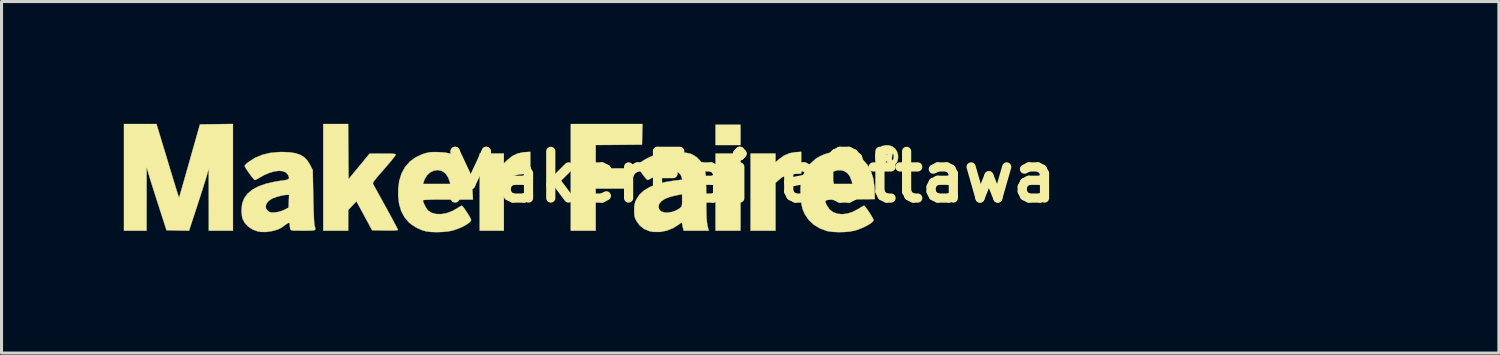
<source format=kicad_pcb>
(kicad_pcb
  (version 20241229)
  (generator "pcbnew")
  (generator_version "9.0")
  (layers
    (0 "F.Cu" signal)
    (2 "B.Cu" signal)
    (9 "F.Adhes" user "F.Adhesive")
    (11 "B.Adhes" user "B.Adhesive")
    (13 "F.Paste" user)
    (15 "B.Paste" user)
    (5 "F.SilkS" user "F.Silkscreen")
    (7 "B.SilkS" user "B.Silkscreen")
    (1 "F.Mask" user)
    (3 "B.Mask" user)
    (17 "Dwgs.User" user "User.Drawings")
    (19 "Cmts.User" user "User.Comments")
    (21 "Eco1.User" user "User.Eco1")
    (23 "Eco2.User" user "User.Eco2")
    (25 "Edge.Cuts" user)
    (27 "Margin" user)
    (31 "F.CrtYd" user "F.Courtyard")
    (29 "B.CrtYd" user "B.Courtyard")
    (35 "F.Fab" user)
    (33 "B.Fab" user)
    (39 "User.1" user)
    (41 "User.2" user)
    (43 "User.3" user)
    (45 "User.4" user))
  (footprint "MakerFaireOttawa"
    (layer "F.Cu")
    (at 21.417 2.723)
    (property "Reference" "MakerFaireOttawa" (at 0 0 0) (layer "F.SilkS") (effects (font (size 1.524 1.524) (thickness 0.3))))
    (attr through_hole)
    (fp_poly (pts (xy 21.438 2.743) (xy -21.412 2.743) (xy -21.412 -2.362) (xy -21.031 -2.362) (xy -21.031 2.388) (xy 21.057 2.388) (xy 21.057 -2.362) (xy -21.031 -2.362) (xy -21.412 -2.362) (xy -21.412 -2.718) (xy 21.438 -2.718) (xy 21.438 2.743)) (stroke (width 0.01) (type solid)) (fill yes) (layer "F.Mask"))
    (fp_poly (pts (xy 11.557 -0.559) (xy 12.141 -0.559) (xy 12.141 0.025) (xy 11.557 0.025) (xy 11.557 0.583) (xy 11.557 0.765) (xy 11.558 0.903) (xy 11.56 1.005) (xy 11.565 1.077) (xy 11.572 1.126) (xy 11.583 1.16) (xy 11.598 1.186) (xy 11.617 1.21) (xy 11.618 1.211) (xy 11.652 1.247) (xy 11.687 1.268) (xy 11.736 1.278) (xy 11.813 1.28) (xy 11.885 1.279) (xy 12.09 1.276) (xy 12.09 1.552) (xy 12.09 1.673) (xy 12.087 1.753) (xy 12.08 1.801) (xy 12.067 1.825) (xy 12.047 1.836) (xy 12.033 1.839) (xy 11.945 1.851) (xy 11.823 1.859) (xy 11.682 1.863) (xy 11.541 1.863) (xy 11.414 1.858) (xy 11.361 1.853) (xy 11.167 1.816) (xy 11.014 1.75) (xy 10.902 1.654) (xy 10.876 1.618) (xy 10.808 1.515) (xy 10.792 0.025) (xy 10.387 0.025) (xy 10.401 -0.546) (xy 10.598 -0.554) (xy 10.795 -0.561) (xy 10.795 -1.346) (xy 11.557 -1.346) (xy 11.557 -0.559)) (stroke (width 0.01) (type solid)) (fill yes) (layer "F.Mask"))
    (fp_poly (pts (xy 9.728 -0.56) (xy 10.027 -0.553) (xy 10.325 -0.546) (xy 10.332 -0.26) (xy 10.339 0.025) (xy 9.722 0.025) (xy 9.733 0.578) (xy 9.739 0.8) (xy 9.747 0.972) (xy 9.756 1.096) (xy 9.768 1.17) (xy 9.774 1.187) (xy 9.829 1.238) (xy 9.921 1.272) (xy 10.039 1.287) (xy 10.149 1.281) (xy 10.287 1.264) (xy 10.287 1.546) (xy 10.287 1.669) (xy 10.284 1.75) (xy 10.277 1.799) (xy 10.265 1.824) (xy 10.245 1.836) (xy 10.23 1.839) (xy 10.145 1.85) (xy 10.026 1.858) (xy 9.888 1.862) (xy 9.749 1.862) (xy 9.623 1.858) (xy 9.563 1.853) (xy 9.385 1.825) (xy 9.247 1.778) (xy 9.143 1.708) (xy 9.065 1.611) (xy 9.033 1.549) (xy 9.018 1.512) (xy 9.005 1.471) (xy 8.995 1.421) (xy 8.988 1.354) (xy 8.983 1.265) (xy 8.978 1.146) (xy 8.975 0.991) (xy 8.972 0.793) (xy 8.971 0.73) (xy 8.961 0.025) (xy 8.584 0.025) (xy 8.598 -0.546) (xy 8.965 -0.561) (xy 8.979 -1.333) (xy 9.354 -1.341) (xy 9.728 -1.348) (xy 9.728 -0.56)) (stroke (width 0.01) (type solid)) (fill yes) (layer "F.Mask"))
    (fp_poly (pts (xy 7.022 -1.494) (xy 7.196 -1.48) (xy 7.309 -1.46) (xy 7.562 -1.376) (xy 7.791 -1.248) (xy 7.991 -1.081) (xy 8.16 -0.876) (xy 8.296 -0.637) (xy 8.395 -0.367) (xy 8.398 -0.356) (xy 8.422 -0.232) (xy 8.438 -0.073) (xy 8.446 0.108) (xy 8.445 0.294) (xy 8.437 0.473) (xy 8.421 0.629) (xy 8.4 0.737) (xy 8.302 1.012) (xy 8.168 1.254) (xy 7.998 1.463) (xy 7.796 1.634) (xy 7.563 1.767) (xy 7.366 1.84) (xy 7.27 1.861) (xy 7.142 1.878) (xy 6.998 1.89) (xy 6.857 1.896) (xy 6.735 1.895) (xy 6.668 1.889) (xy 6.397 1.823) (xy 6.152 1.713) (xy 5.93 1.558) (xy 5.829 1.463) (xy 5.675 1.287) (xy 5.558 1.102) (xy 5.469 0.892) (xy 5.432 0.774) (xy 5.4 0.622) (xy 5.38 0.436) (xy 5.371 0.232) (xy 5.373 0.138) (xy 6.152 0.138) (xy 6.154 0.279) (xy 6.183 0.536) (xy 6.244 0.756) (xy 6.337 0.937) (xy 6.459 1.08) (xy 6.566 1.157) (xy 6.733 1.23) (xy 6.906 1.252) (xy 7.085 1.226) (xy 7.194 1.187) (xy 7.342 1.099) (xy 7.464 0.968) (xy 7.56 0.8) (xy 7.627 0.598) (xy 7.664 0.365) (xy 7.671 0.203) (xy 7.654 -0.053) (xy 7.606 -0.277) (xy 7.527 -0.467) (xy 7.419 -0.62) (xy 7.284 -0.734) (xy 7.123 -0.807) (xy 6.938 -0.837) (xy 6.907 -0.838) (xy 6.722 -0.816) (xy 6.56 -0.75) (xy 6.422 -0.643) (xy 6.311 -0.498) (xy 6.227 -0.318) (xy 6.174 -0.105) (xy 6.152 0.138) (xy 5.373 0.138) (xy 5.374 0.027) (xy 5.388 -0.164) (xy 5.415 -0.326) (xy 5.419 -0.343) (xy 5.508 -0.605) (xy 5.636 -0.842) (xy 5.8 -1.049) (xy 5.994 -1.222) (xy 6.215 -1.356) (xy 6.459 -1.448) (xy 6.505 -1.46) (xy 6.656 -1.484) (xy 6.835 -1.495) (xy 7.022 -1.494)) (stroke (width 0.01) (type solid)) (fill yes) (layer "F.Mask"))
    (fp_poly (pts (xy 15.144 -0.558) (xy 15.245 -0.557) (xy 15.312 -0.552) (xy 15.352 -0.544) (xy 15.374 -0.531) (xy 15.386 -0.512) (xy 15.39 -0.502) (xy 15.401 -0.462) (xy 15.422 -0.38) (xy 15.452 -0.263) (xy 15.487 -0.12) (xy 15.526 0.044) (xy 15.559 0.182) (xy 15.707 0.808) (xy 15.868 0.145) (xy 15.911 -0.032) (xy 15.951 -0.192) (xy 15.987 -0.33) (xy 16.016 -0.438) (xy 16.037 -0.51) (xy 16.049 -0.539) (xy 16.081 -0.547) (xy 16.153 -0.552) (xy 16.254 -0.555) (xy 16.359 -0.553) (xy 16.648 -0.546) (xy 16.814 0.12) (xy 16.858 0.295) (xy 16.899 0.454) (xy 16.934 0.588) (xy 16.963 0.693) (xy 16.983 0.761) (xy 16.992 0.786) (xy 16.993 0.786) (xy 17.002 0.762) (xy 17.022 0.696) (xy 17.05 0.593) (xy 17.085 0.459) (xy 17.126 0.302) (xy 17.17 0.127) (xy 17.172 0.12) (xy 17.339 -0.546) (xy 17.674 -0.553) (xy 17.82 -0.555) (xy 17.921 -0.553) (xy 17.984 -0.546) (xy 18.016 -0.535) (xy 18.021 -0.528) (xy 18.017 -0.498) (xy 17.999 -0.424) (xy 17.97 -0.311) (xy 17.93 -0.164) (xy 17.881 0.012) (xy 17.824 0.212) (xy 17.761 0.431) (xy 17.694 0.66) (xy 17.355 1.816) (xy 16.638 1.83) (xy 16.62 1.76) (xy 16.609 1.715) (xy 16.588 1.63) (xy 16.558 1.511) (xy 16.522 1.367) (xy 16.481 1.205) (xy 16.459 1.118) (xy 16.316 0.546) (xy 16.168 1.156) (xy 16.127 1.326) (xy 16.089 1.48) (xy 16.056 1.611) (xy 16.031 1.713) (xy 16.014 1.777) (xy 16.009 1.797) (xy 15.988 1.811) (xy 15.934 1.82) (xy 15.842 1.826) (xy 15.707 1.829) (xy 15.643 1.829) (xy 15.49 1.827) (xy 15.383 1.823) (xy 15.316 1.815) (xy 15.283 1.803) (xy 15.279 1.797) (xy 15.254 1.719) (xy 15.219 1.604) (xy 15.176 1.46) (xy 15.126 1.291) (xy 15.072 1.104) (xy 15.014 0.903) (xy 14.955 0.696) (xy 14.896 0.487) (xy 14.839 0.283) (xy 14.784 0.09) (xy 14.735 -0.088) (xy 14.692 -0.244) (xy 14.658 -0.372) (xy 14.633 -0.467) (xy 14.62 -0.522) (xy 14.618 -0.535) (xy 14.648 -0.543) (xy 14.719 -0.551) (xy 14.823 -0.556) (xy 14.951 -0.559) (xy 15.001 -0.559) (xy 15.144 -0.558)) (stroke (width 0.01) (type solid)) (fill yes) (layer "F.Mask"))
    (fp_poly (pts (xy 19.377 -0.58) (xy 19.516 -0.575) (xy 19.617 -0.567) (xy 19.693 -0.556) (xy 19.756 -0.538) (xy 19.819 -0.511) (xy 19.844 -0.5) (xy 19.993 -0.402) (xy 20.106 -0.271) (xy 20.186 -0.103) (xy 20.196 -0.073) (xy 20.212 -0.016) (xy 20.224 0.045) (xy 20.232 0.118) (xy 20.238 0.212) (xy 20.242 0.334) (xy 20.244 0.491) (xy 20.244 0.682) (xy 20.247 0.971) (xy 20.254 1.224) (xy 20.265 1.437) (xy 20.281 1.608) (xy 20.3 1.734) (xy 20.31 1.772) (xy 20.326 1.83) (xy 19.546 1.816) (xy 19.52 1.699) (xy 19.494 1.581) (xy 19.384 1.666) (xy 19.23 1.759) (xy 19.048 1.826) (xy 18.856 1.865) (xy 18.667 1.871) (xy 18.512 1.846) (xy 18.342 1.775) (xy 18.204 1.669) (xy 18.118 1.556) (xy 18.083 1.492) (xy 18.062 1.432) (xy 18.051 1.362) (xy 18.047 1.266) (xy 18.047 1.206) (xy 18.049 1.088) (xy 18.796 1.088) (xy 18.818 1.17) (xy 18.879 1.228) (xy 18.971 1.262) (xy 19.086 1.268) (xy 19.216 1.244) (xy 19.252 1.232) (xy 19.339 1.195) (xy 19.419 1.151) (xy 19.433 1.142) (xy 19.472 1.11) (xy 19.494 1.077) (xy 19.504 1.026) (xy 19.507 0.943) (xy 19.507 0.909) (xy 19.507 0.73) (xy 19.368 0.746) (xy 19.202 0.777) (xy 19.056 0.827) (xy 18.935 0.892) (xy 18.849 0.967) (xy 18.802 1.048) (xy 18.796 1.088) (xy 18.049 1.088) (xy 18.049 1.088) (xy 18.057 1.004) (xy 18.075 0.936) (xy 18.106 0.866) (xy 18.116 0.848) (xy 18.22 0.699) (xy 18.364 0.574) (xy 18.551 0.472) (xy 18.72 0.408) (xy 18.836 0.375) (xy 18.974 0.343) (xy 19.118 0.315) (xy 19.252 0.293) (xy 19.36 0.281) (xy 19.398 0.279) (xy 19.467 0.271) (xy 19.495 0.241) (xy 19.486 0.181) (xy 19.472 0.144) (xy 19.416 0.07) (xy 19.325 0.024) (xy 19.207 0.007) (xy 19.069 0.018) (xy 18.918 0.056) (xy 18.761 0.12) (xy 18.618 0.203) (xy 18.547 0.246) (xy 18.487 0.274) (xy 18.464 0.279) (xy 18.431 0.259) (xy 18.381 0.207) (xy 18.322 0.133) (xy 18.26 0.049) (xy 18.205 -0.034) (xy 18.164 -0.106) (xy 18.145 -0.155) (xy 18.145 -0.165) (xy 18.179 -0.209) (xy 18.248 -0.266) (xy 18.342 -0.33) (xy 18.449 -0.394) (xy 18.528 -0.434) (xy 18.704 -0.506) (xy 18.888 -0.553) (xy 19.093 -0.577) (xy 19.331 -0.581) (xy 19.377 -0.58)) (stroke (width 0.01) (type solid)) (fill yes) (layer "F.Mask"))
    (fp_poly (pts (xy 13.666 -0.571) (xy 13.779 -0.568) (xy 13.862 -0.562) (xy 13.925 -0.552) (xy 13.979 -0.536) (xy 14.034 -0.514) (xy 14.041 -0.511) (xy 14.152 -0.445) (xy 14.256 -0.357) (xy 14.276 -0.336) (xy 14.322 -0.28) (xy 14.36 -0.226) (xy 14.391 -0.168) (xy 14.415 -0.099) (xy 14.433 -0.014) (xy 14.448 0.094) (xy 14.458 0.228) (xy 14.467 0.397) (xy 14.474 0.605) (xy 14.48 0.851) (xy 14.485 1.053) (xy 14.491 1.242) (xy 14.497 1.411) (xy 14.503 1.553) (xy 14.509 1.662) (xy 14.515 1.73) (xy 14.517 1.746) (xy 14.535 1.829) (xy 13.769 1.829) (xy 13.753 1.734) (xy 13.737 1.643) (xy 13.721 1.597) (xy 13.7 1.589) (xy 13.666 1.613) (xy 13.645 1.632) (xy 13.505 1.734) (xy 13.333 1.811) (xy 13.143 1.858) (xy 12.948 1.874) (xy 12.761 1.854) (xy 12.724 1.845) (xy 12.564 1.778) (xy 12.43 1.675) (xy 12.331 1.542) (xy 12.308 1.493) (xy 12.284 1.401) (xy 12.271 1.278) (xy 12.27 1.144) (xy 12.274 1.095) (xy 13.009 1.095) (xy 13.031 1.163) (xy 13.07 1.211) (xy 13.112 1.247) (xy 13.154 1.265) (xy 13.214 1.269) (xy 13.294 1.264) (xy 13.395 1.25) (xy 13.49 1.226) (xy 13.539 1.207) (xy 13.627 1.158) (xy 13.68 1.111) (xy 13.706 1.052) (xy 13.715 0.965) (xy 13.716 0.907) (xy 13.716 0.73) (xy 13.592 0.747) (xy 13.391 0.786) (xy 13.233 0.845) (xy 13.114 0.927) (xy 13.101 0.939) (xy 13.032 1.023) (xy 13.009 1.095) (xy 12.274 1.095) (xy 12.281 1.017) (xy 12.298 0.934) (xy 12.352 0.824) (xy 12.442 0.711) (xy 12.557 0.604) (xy 12.688 0.517) (xy 12.698 0.511) (xy 12.835 0.451) (xy 13.005 0.394) (xy 13.194 0.344) (xy 13.385 0.307) (xy 13.524 0.29) (xy 13.622 0.28) (xy 13.679 0.269) (xy 13.707 0.253) (xy 13.716 0.228) (xy 13.716 0.216) (xy 13.693 0.135) (xy 13.633 0.065) (xy 13.549 0.018) (xy 13.519 0.01) (xy 13.395 0.006) (xy 13.247 0.031) (xy 13.087 0.081) (xy 12.929 0.152) (xy 12.798 0.232) (xy 12.738 0.265) (xy 12.69 0.279) (xy 12.69 0.279) (xy 12.657 0.26) (xy 12.605 0.208) (xy 12.544 0.134) (xy 12.482 0.051) (xy 12.427 -0.031) (xy 12.386 -0.1) (xy 12.37 -0.146) (xy 12.37 -0.148) (xy 12.393 -0.199) (xy 12.456 -0.261) (xy 12.551 -0.329) (xy 12.67 -0.397) (xy 12.805 -0.461) (xy 12.941 -0.512) (xy 13.018 -0.536) (xy 13.09 -0.552) (xy 13.171 -0.563) (xy 13.27 -0.569) (xy 13.402 -0.571) (xy 13.513 -0.572) (xy 13.666 -0.571)) (stroke (width 0.01) (type solid)) (fill yes) (layer "F.Mask"))
    (fp_poly (pts (xy -0.305 -1.041) (xy -1.118 -1.041) (xy -1.118 -1.702) (xy -0.305 -1.702) (xy -0.305 -1.041)) (stroke (width 0.01) (type solid)) (fill yes) (layer "F.SilkS"))
    (fp_poly (pts (xy -0.305 1.753) (xy -1.118 1.753) (xy -1.118 -0.762) (xy -0.305 -0.762) (xy -0.305 1.753)) (stroke (width 0.01) (type solid)) (fill yes) (layer "F.SilkS"))
    (fp_poly (pts (xy -3.518 -1.054) (xy -4.274 -1.047) (xy -5.029 -1.041) (xy -5.029 -0.279) (xy -3.962 -0.279) (xy -3.962 0.381) (xy -5.029 0.381) (xy -5.029 1.753) (xy -5.842 1.753) (xy -5.842 -1.727) (xy -3.504 -1.727) (xy -3.518 -1.054)) (stroke (width 0.01) (type solid)) (fill yes) (layer "F.SilkS"))
    (fp_poly (pts (xy 1.676 -0.108) (xy 1.454 -0.097) (xy 1.287 -0.079) (xy 1.154 -0.042) (xy 1.038 0.021) (xy 0.93 0.11) (xy 0.838 0.196) (xy 0.838 1.753) (xy 0.025 1.753) (xy 0.025 -0.762) (xy 0.838 -0.762) (xy 0.838 -0.477) (xy 0.939 -0.568) (xy 1.113 -0.695) (xy 1.302 -0.775) (xy 1.492 -0.807) (xy 1.676 -0.819) (xy 1.676 -0.108)) (stroke (width 0.01) (type solid)) (fill yes) (layer "F.SilkS"))
    (fp_poly (pts (xy -7.163 -0.108) (xy -7.385 -0.097) (xy -7.551 -0.079) (xy -7.684 -0.042) (xy -7.801 0.021) (xy -7.918 0.117) (xy -7.924 0.123) (xy -8.026 0.221) (xy -8.026 1.753) (xy -8.814 1.753) (xy -8.814 -0.762) (xy -8.026 -0.762) (xy -8.026 -0.441) (xy -7.905 -0.558) (xy -7.747 -0.684) (xy -7.579 -0.764) (xy -7.388 -0.804) (xy -7.347 -0.807) (xy -7.163 -0.819) (xy -7.163 -0.108)) (stroke (width 0.01) (type solid)) (fill yes) (layer "F.SilkS"))
    (fp_poly (pts (xy -13.094 0.072) (xy -12.751 -0.343) (xy -12.408 -0.759) (xy -11.982 -0.761) (xy -11.824 -0.761) (xy -11.71 -0.759) (xy -11.633 -0.755) (xy -11.586 -0.748) (xy -11.563 -0.738) (xy -11.557 -0.723) (xy -11.557 -0.723) (xy -11.573 -0.693) (xy -11.618 -0.632) (xy -11.688 -0.544) (xy -11.777 -0.437) (xy -11.881 -0.315) (xy -11.937 -0.25) (xy -12.06 -0.11) (xy -12.153 -0.002) (xy -12.219 0.079) (xy -12.263 0.137) (xy -12.287 0.178) (xy -12.296 0.207) (xy -12.293 0.229) (xy -12.289 0.238) (xy -12.27 0.273) (xy -12.23 0.346) (xy -12.171 0.453) (xy -12.097 0.586) (xy -12.012 0.741) (xy -11.919 0.911) (xy -11.87 0.998) (xy -11.775 1.172) (xy -11.688 1.331) (xy -11.613 1.471) (xy -11.552 1.586) (xy -11.508 1.671) (xy -11.484 1.72) (xy -11.481 1.729) (xy -11.505 1.738) (xy -11.577 1.745) (xy -11.69 1.748) (xy -11.842 1.748) (xy -11.902 1.747) (xy -12.324 1.74) (xy -12.58 1.268) (xy -12.837 0.795) (xy -12.971 0.937) (xy -13.105 1.079) (xy -13.106 1.753) (xy -13.919 1.753) (xy -13.919 -1.727) (xy -13.107 -1.727) (xy -13.094 0.072)) (stroke (width 0.01) (type solid)) (fill yes) (layer "F.SilkS"))
    (fp_poly (pts (xy -16.866 1.753) (xy -17.653 1.753) (xy -17.655 0.743) (xy -17.657 -0.267) (xy -17.717 -0.054) (xy -17.739 0.023) (xy -17.776 0.14) (xy -17.823 0.29) (xy -17.878 0.465) (xy -17.94 0.657) (xy -18.005 0.858) (xy -18.037 0.956) (xy -18.298 1.754) (xy -18.665 1.747) (xy -19.033 1.74) (xy -19.271 1.003) (xy -19.336 0.802) (xy -19.401 0.601) (xy -19.461 0.409) (xy -19.516 0.236) (xy -19.561 0.092) (xy -19.593 -0.015) (xy -19.596 -0.025) (xy -19.683 -0.318) (xy -19.685 1.753) (xy -20.422 1.753) (xy -20.422 -1.727) (xy -19.892 -1.727) (xy -19.362 -1.727) (xy -19.248 -1.353) (xy -19.212 -1.234) (xy -19.164 -1.076) (xy -19.107 -0.888) (xy -19.044 -0.681) (xy -18.978 -0.462) (xy -18.912 -0.242) (xy -18.883 -0.148) (xy -18.824 0.048) (xy -18.769 0.226) (xy -18.721 0.382) (xy -18.68 0.51) (xy -18.65 0.605) (xy -18.63 0.662) (xy -18.624 0.675) (xy -18.616 0.65) (xy -18.595 0.58) (xy -18.564 0.471) (xy -18.522 0.328) (xy -18.473 0.154) (xy -18.416 -0.044) (xy -18.354 -0.264) (xy -18.287 -0.499) (xy -18.28 -0.524) (xy -17.943 -1.714) (xy -17.405 -1.721) (xy -16.866 -1.728) (xy -16.866 1.753)) (stroke (width 0.01) (type solid)) (fill yes) (layer "F.SilkS"))
    (fp_poly (pts (xy 4.54 -1.029) (xy 4.657 -0.99) (xy 4.746 -0.916) (xy 4.807 -0.819) (xy 4.837 -0.709) (xy 4.836 -0.594) (xy 4.803 -0.485) (xy 4.734 -0.392) (xy 4.64 -0.329) (xy 4.527 -0.29) (xy 4.421 -0.287) (xy 4.326 -0.307) (xy 4.236 -0.357) (xy 4.158 -0.44) (xy 4.153 -0.451) (xy 4.373 -0.451) (xy 4.392 -0.439) (xy 4.407 -0.432) (xy 4.453 -0.414) (xy 4.47 -0.41) (xy 4.501 -0.419) (xy 4.534 -0.432) (xy 4.566 -0.449) (xy 4.552 -0.455) (xy 4.542 -0.455) (xy 4.494 -0.477) (xy 4.472 -0.502) (xy 4.452 -0.533) (xy 4.446 -0.519) (xy 4.446 -0.502) (xy 4.424 -0.463) (xy 4.401 -0.455) (xy 4.373 -0.451) (xy 4.153 -0.451) (xy 4.108 -0.542) (xy 4.1 -0.572) (xy 4.097 -0.66) (xy 4.249 -0.66) (xy 4.251 -0.605) (xy 4.256 -0.59) (xy 4.26 -0.603) (xy 4.26 -0.61) (xy 4.635 -0.61) (xy 4.637 -0.56) (xy 4.64 -0.551) (xy 4.661 -0.545) (xy 4.682 -0.575) (xy 4.696 -0.628) (xy 4.698 -0.66) (xy 4.691 -0.731) (xy 4.675 -0.76) (xy 4.656 -0.744) (xy 4.641 -0.683) (xy 4.635 -0.61) (xy 4.26 -0.61) (xy 4.264 -0.677) (xy 4.26 -0.718) (xy 4.254 -0.728) (xy 4.453 -0.728) (xy 4.457 -0.713) (xy 4.47 -0.711) (xy 4.491 -0.72) (xy 4.487 -0.728) (xy 4.457 -0.731) (xy 4.453 -0.728) (xy 4.254 -0.728) (xy 4.253 -0.73) (xy 4.249 -0.698) (xy 4.249 -0.66) (xy 4.097 -0.66) (xy 4.095 -0.717) (xy 4.133 -0.841) (xy 4.208 -0.94) (xy 4.314 -1.006) (xy 4.445 -1.034) (xy 4.54 -1.029)) (stroke (width 0.01) (type solid)) (fill yes) (layer "F.SilkS"))
    (fp_poly (pts (xy 2.981 -0.807) (xy 3.179 -0.792) (xy 3.34 -0.761) (xy 3.476 -0.71) (xy 3.599 -0.635) (xy 3.696 -0.554) (xy 3.842 -0.388) (xy 3.952 -0.187) (xy 4.026 0.048) (xy 4.066 0.32) (xy 4.074 0.483) (xy 4.077 0.724) (xy 3.27 0.731) (xy 3.04 0.732) (xy 2.855 0.734) (xy 2.713 0.737) (xy 2.607 0.743) (xy 2.534 0.752) (xy 2.489 0.766) (xy 2.467 0.785) (xy 2.464 0.813) (xy 2.475 0.848) (xy 2.496 0.893) (xy 2.512 0.927) (xy 2.596 1.054) (xy 2.711 1.146) (xy 2.851 1.2) (xy 3.01 1.217) (xy 3.183 1.197) (xy 3.365 1.138) (xy 3.549 1.041) (xy 3.57 1.027) (xy 3.643 0.981) (xy 3.702 0.949) (xy 3.728 0.94) (xy 3.753 0.96) (xy 3.796 1.013) (xy 3.851 1.088) (xy 3.909 1.175) (xy 3.963 1.262) (xy 4.008 1.338) (xy 4.034 1.392) (xy 4.039 1.409) (xy 4.016 1.453) (xy 3.954 1.508) (xy 3.86 1.568) (xy 3.746 1.628) (xy 3.618 1.685) (xy 3.486 1.732) (xy 3.41 1.754) (xy 3.261 1.782) (xy 3.084 1.798) (xy 2.899 1.802) (xy 2.721 1.794) (xy 2.567 1.775) (xy 2.515 1.763) (xy 2.281 1.677) (xy 2.081 1.555) (xy 1.917 1.398) (xy 1.791 1.209) (xy 1.727 1.061) (xy 1.696 0.938) (xy 1.672 0.78) (xy 1.658 0.605) (xy 1.653 0.429) (xy 1.659 0.268) (xy 1.664 0.229) (xy 2.46 0.229) (xy 3.349 0.229) (xy 3.323 0.133) (xy 3.266 -0.016) (xy 3.187 -0.122) (xy 3.081 -0.19) (xy 3.002 -0.215) (xy 2.864 -0.221) (xy 2.737 -0.181) (xy 2.627 -0.096) (xy 2.537 0.029) (xy 2.478 0.171) (xy 2.46 0.229) (xy 1.664 0.229) (xy 1.675 0.146) (xy 1.742 -0.066) (xy 1.848 -0.266) (xy 1.985 -0.443) (xy 2.147 -0.588) (xy 2.276 -0.668) (xy 2.432 -0.738) (xy 2.579 -0.782) (xy 2.736 -0.805) (xy 2.92 -0.809) (xy 2.981 -0.807)) (stroke (width 0.01) (type solid)) (fill yes) (layer "F.SilkS"))
    (fp_poly (pts (xy -10.219 -0.811) (xy -10.139 -0.808) (xy -9.945 -0.794) (xy -9.788 -0.764) (xy -9.654 -0.712) (xy -9.532 -0.635) (xy -9.415 -0.535) (xy -9.288 -0.391) (xy -9.19 -0.224) (xy -9.119 -0.028) (xy -9.073 0.204) (xy -9.05 0.451) (xy -9.035 0.737) (xy -9.851 0.737) (xy -10.087 0.737) (xy -10.276 0.738) (xy -10.422 0.741) (xy -10.53 0.745) (xy -10.604 0.75) (xy -10.648 0.756) (xy -10.667 0.765) (xy -10.668 0.768) (xy -10.655 0.82) (xy -10.622 0.896) (xy -10.58 0.98) (xy -10.535 1.053) (xy -10.499 1.098) (xy -10.378 1.173) (xy -10.23 1.211) (xy -10.063 1.213) (xy -9.885 1.18) (xy -9.705 1.112) (xy -9.557 1.028) (xy -9.484 0.982) (xy -9.425 0.95) (xy -9.398 0.94) (xy -9.373 0.96) (xy -9.33 1.013) (xy -9.276 1.089) (xy -9.219 1.175) (xy -9.165 1.262) (xy -9.122 1.337) (xy -9.097 1.391) (xy -9.093 1.406) (xy -9.116 1.454) (xy -9.18 1.511) (xy -9.275 1.573) (xy -9.394 1.635) (xy -9.528 1.692) (xy -9.669 1.74) (xy -9.722 1.754) (xy -9.864 1.78) (xy -10.037 1.796) (xy -10.222 1.802) (xy -10.399 1.796) (xy -10.549 1.779) (xy -10.564 1.776) (xy -10.72 1.729) (xy -10.885 1.652) (xy -11.038 1.555) (xy -11.124 1.484) (xy -11.269 1.314) (xy -11.376 1.111) (xy -11.445 0.875) (xy -11.475 0.608) (xy -11.473 0.394) (xy -11.452 0.229) (xy -10.665 0.229) (xy -9.773 0.229) (xy -9.791 0.159) (xy -9.845 0.013) (xy -9.924 -0.104) (xy -9.961 -0.139) (xy -10.072 -0.203) (xy -10.194 -0.224) (xy -10.317 -0.203) (xy -10.433 -0.146) (xy -10.533 -0.054) (xy -10.609 0.069) (xy -10.626 0.113) (xy -10.665 0.229) (xy -11.452 0.229) (xy -11.438 0.123) (xy -11.363 -0.116) (xy -11.249 -0.323) (xy -11.097 -0.497) (xy -10.907 -0.637) (xy -10.681 -0.742) (xy -10.609 -0.766) (xy -10.52 -0.79) (xy -10.436 -0.805) (xy -10.341 -0.811) (xy -10.219 -0.811)) (stroke (width 0.01) (type solid)) (fill yes) (layer "F.SilkS"))
    (fp_poly (pts (xy -2.239 -0.804) (xy -2.083 -0.787) (xy -1.956 -0.762) (xy -1.892 -0.74) (xy -1.727 -0.64) (xy -1.598 -0.503) (xy -1.504 -0.331) (xy -1.45 -0.14) (xy -1.442 -0.074) (xy -1.436 0.036) (xy -1.43 0.18) (xy -1.425 0.35) (xy -1.422 0.538) (xy -1.421 0.71) (xy -1.42 0.934) (xy -1.418 1.115) (xy -1.415 1.261) (xy -1.409 1.377) (xy -1.4 1.471) (xy -1.389 1.552) (xy -1.374 1.625) (xy -1.359 1.683) (xy -1.341 1.753) (xy -2.157 1.753) (xy -2.183 1.657) (xy -2.201 1.583) (xy -2.209 1.522) (xy -2.21 1.516) (xy -2.215 1.492) (xy -2.237 1.495) (xy -2.285 1.528) (xy -2.305 1.544) (xy -2.499 1.668) (xy -2.71 1.752) (xy -2.93 1.795) (xy -3.148 1.793) (xy -3.284 1.767) (xy -3.449 1.697) (xy -3.59 1.585) (xy -3.694 1.445) (xy -3.733 1.371) (xy -3.756 1.306) (xy -3.768 1.232) (xy -3.772 1.132) (xy -3.772 1.092) (xy -3.769 0.975) (xy -3.769 0.969) (xy -2.98 0.969) (xy -2.959 1.058) (xy -2.898 1.122) (xy -2.803 1.158) (xy -2.681 1.166) (xy -2.536 1.141) (xy -2.505 1.132) (xy -2.411 1.095) (xy -2.321 1.046) (xy -2.298 1.03) (xy -2.254 0.994) (xy -2.228 0.961) (xy -2.215 0.917) (xy -2.21 0.847) (xy -2.21 0.764) (xy -2.21 0.565) (xy -2.407 0.602) (xy -2.607 0.651) (xy -2.767 0.714) (xy -2.884 0.789) (xy -2.956 0.875) (xy -2.98 0.969) (xy -3.769 0.969) (xy -3.759 0.888) (xy -3.737 0.813) (xy -3.701 0.731) (xy -3.597 0.574) (xy -3.45 0.44) (xy -3.258 0.327) (xy -3.023 0.235) (xy -2.742 0.165) (xy -2.455 0.12) (xy -2.206 0.09) (xy -2.221 0.015) (xy -2.263 -0.081) (xy -2.341 -0.148) (xy -2.449 -0.186) (xy -2.581 -0.195) (xy -2.731 -0.174) (xy -2.895 -0.125) (xy -3.065 -0.046) (xy -3.161 0.011) (xy -3.238 0.057) (xy -3.301 0.089) (xy -3.334 0.1) (xy -3.364 0.079) (xy -3.412 0.026) (xy -3.471 -0.049) (xy -3.532 -0.134) (xy -3.589 -0.219) (xy -3.633 -0.292) (xy -3.656 -0.343) (xy -3.658 -0.354) (xy -3.635 -0.405) (xy -3.572 -0.467) (xy -3.477 -0.534) (xy -3.358 -0.602) (xy -3.224 -0.666) (xy -3.084 -0.722) (xy -2.945 -0.765) (xy -2.893 -0.777) (xy -2.75 -0.799) (xy -2.585 -0.81) (xy -2.41 -0.812) (xy -2.239 -0.804)) (stroke (width 0.01) (type solid)) (fill yes) (layer "F.SilkS"))
    (fp_poly (pts (xy -15.018 -0.803) (xy -14.825 -0.773) (xy -14.667 -0.72) (xy -14.539 -0.64) (xy -14.435 -0.532) (xy -14.351 -0.396) (xy -14.262 -0.221) (xy -14.245 0.645) (xy -14.24 0.875) (xy -14.234 1.083) (xy -14.227 1.263) (xy -14.22 1.411) (xy -14.212 1.521) (xy -14.204 1.587) (xy -14.201 1.6) (xy -14.184 1.656) (xy -14.177 1.697) (xy -14.187 1.724) (xy -14.22 1.74) (xy -14.282 1.749) (xy -14.381 1.752) (xy -14.521 1.753) (xy -14.577 1.753) (xy -14.728 1.752) (xy -14.836 1.751) (xy -14.909 1.747) (xy -14.953 1.741) (xy -14.978 1.729) (xy -14.99 1.713) (xy -14.995 1.695) (xy -15.008 1.623) (xy -15.011 1.573) (xy -15.016 1.516) (xy -15.036 1.495) (xy -15.078 1.51) (xy -15.149 1.559) (xy -15.157 1.565) (xy -15.272 1.647) (xy -15.374 1.702) (xy -15.485 1.741) (xy -15.591 1.767) (xy -15.78 1.796) (xy -15.943 1.795) (xy -16.06 1.776) (xy -16.221 1.717) (xy -16.362 1.625) (xy -16.475 1.508) (xy -16.548 1.375) (xy -16.557 1.35) (xy -16.572 1.274) (xy -16.582 1.17) (xy -16.586 1.064) (xy -16.574 0.956) (xy -15.798 0.956) (xy -15.782 1.04) (xy -15.722 1.115) (xy -15.684 1.141) (xy -15.61 1.161) (xy -15.505 1.161) (xy -15.385 1.142) (xy -15.264 1.106) (xy -15.192 1.074) (xy -15.05 1.002) (xy -15.042 0.793) (xy -15.035 0.584) (xy -15.106 0.585) (xy -15.198 0.594) (xy -15.316 0.618) (xy -15.44 0.652) (xy -15.549 0.69) (xy -15.594 0.71) (xy -15.702 0.783) (xy -15.771 0.868) (xy -15.798 0.956) (xy -16.574 0.956) (xy -16.564 0.869) (xy -16.498 0.697) (xy -16.389 0.547) (xy -16.234 0.417) (xy -16.035 0.309) (xy -15.79 0.222) (xy -15.499 0.155) (xy -15.282 0.122) (xy -15.159 0.105) (xy -15.081 0.085) (xy -15.042 0.059) (xy -15.035 0.019) (xy -15.056 -0.039) (xy -15.074 -0.075) (xy -15.138 -0.146) (xy -15.236 -0.187) (xy -15.362 -0.199) (xy -15.509 -0.182) (xy -15.672 -0.136) (xy -15.843 -0.063) (xy -15.979 0.012) (xy -16.056 0.058) (xy -16.118 0.09) (xy -16.15 0.102) (xy -16.176 0.082) (xy -16.221 0.03) (xy -16.279 -0.043) (xy -16.341 -0.127) (xy -16.4 -0.212) (xy -16.448 -0.287) (xy -16.478 -0.341) (xy -16.484 -0.36) (xy -16.465 -0.391) (xy -16.415 -0.441) (xy -16.351 -0.492) (xy -16.137 -0.627) (xy -15.905 -0.723) (xy -15.648 -0.784) (xy -15.36 -0.811) (xy -15.253 -0.813) (xy -15.018 -0.803)) (stroke (width 0.01) (type solid)) (fill yes) (layer "F.SilkS")))
  (gr_rect
    (start -3 -3)
    (end 45.86 8.471)
    (stroke (width 0.1) (type default))
    (fill no)
    (layer "Edge.Cuts")))
</source>
